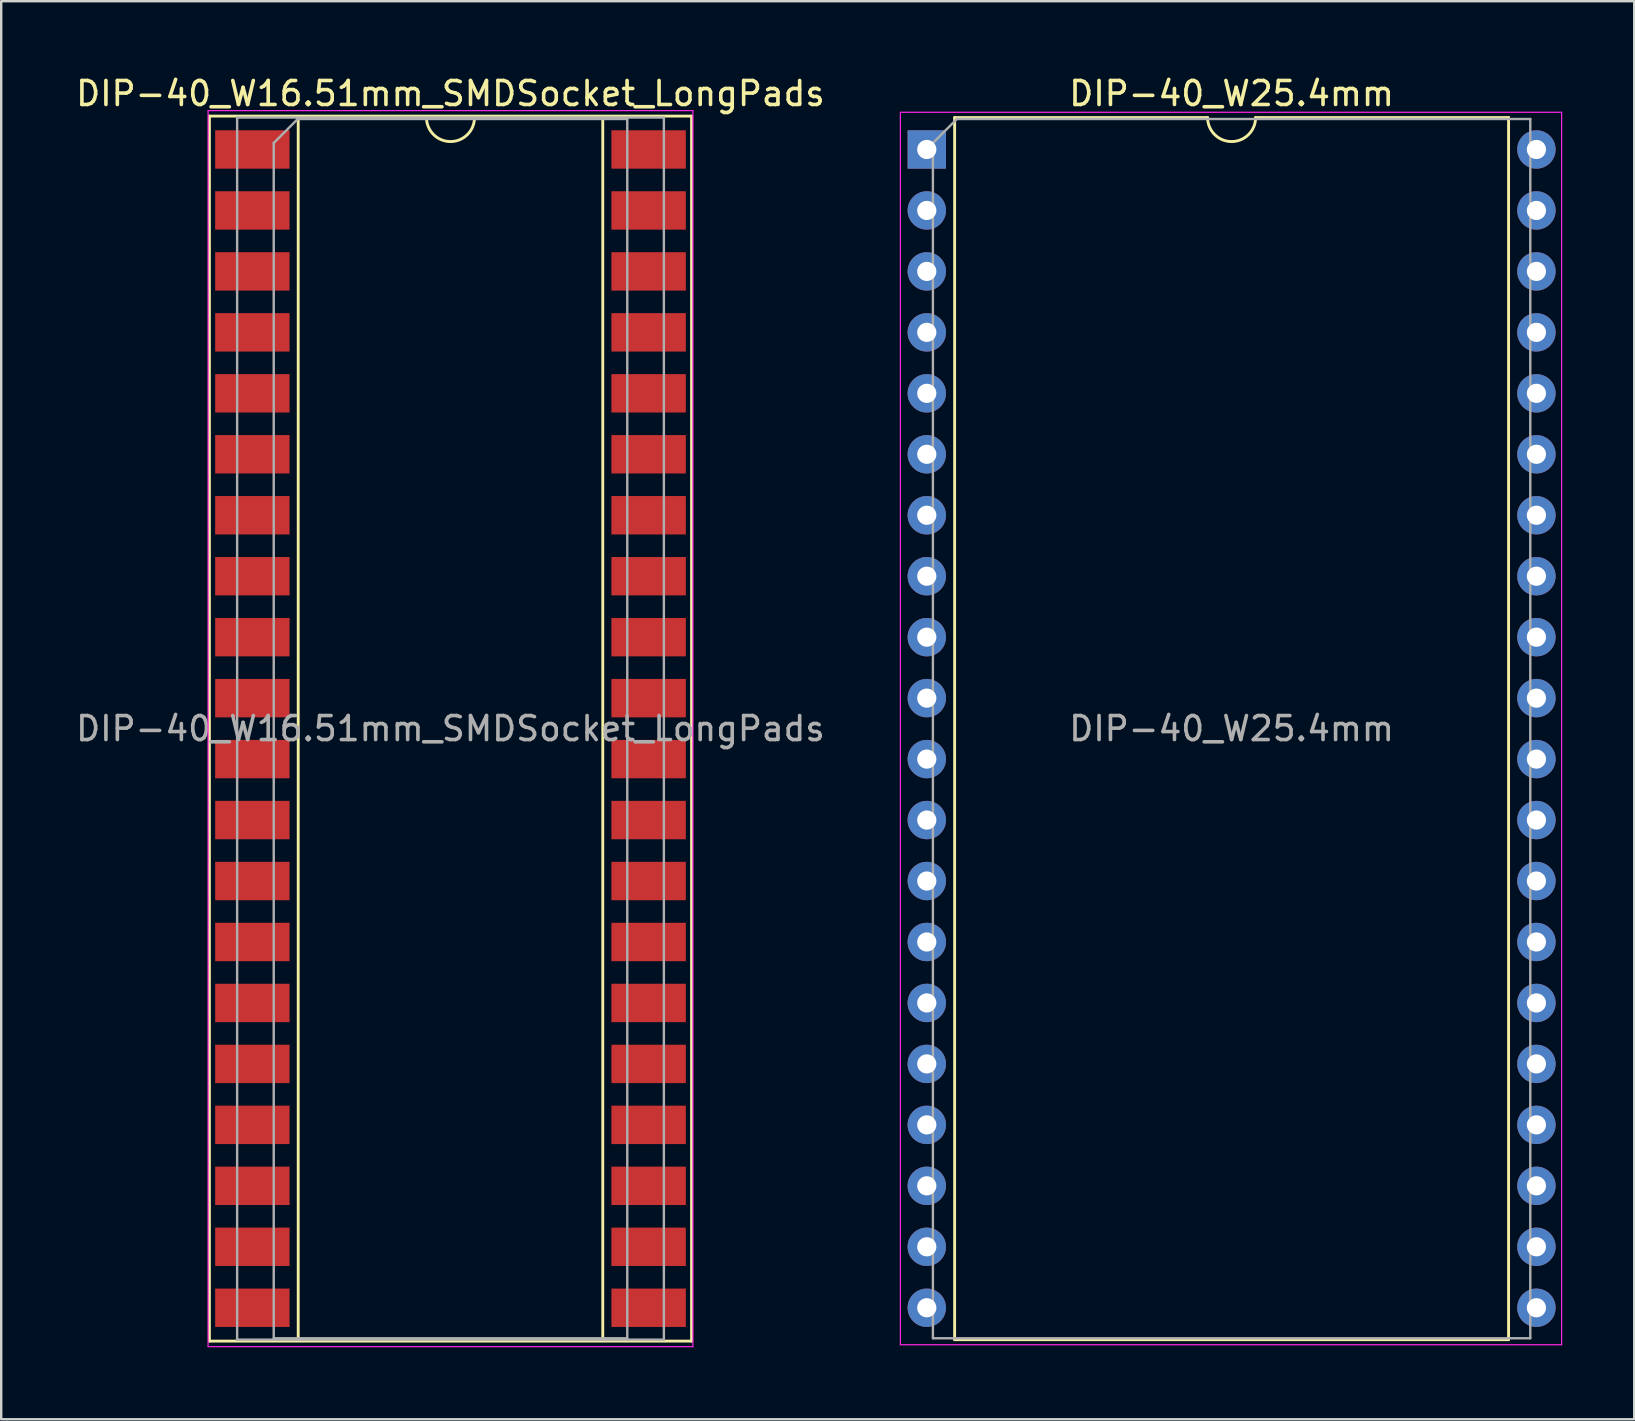
<source format=kicad_pcb>
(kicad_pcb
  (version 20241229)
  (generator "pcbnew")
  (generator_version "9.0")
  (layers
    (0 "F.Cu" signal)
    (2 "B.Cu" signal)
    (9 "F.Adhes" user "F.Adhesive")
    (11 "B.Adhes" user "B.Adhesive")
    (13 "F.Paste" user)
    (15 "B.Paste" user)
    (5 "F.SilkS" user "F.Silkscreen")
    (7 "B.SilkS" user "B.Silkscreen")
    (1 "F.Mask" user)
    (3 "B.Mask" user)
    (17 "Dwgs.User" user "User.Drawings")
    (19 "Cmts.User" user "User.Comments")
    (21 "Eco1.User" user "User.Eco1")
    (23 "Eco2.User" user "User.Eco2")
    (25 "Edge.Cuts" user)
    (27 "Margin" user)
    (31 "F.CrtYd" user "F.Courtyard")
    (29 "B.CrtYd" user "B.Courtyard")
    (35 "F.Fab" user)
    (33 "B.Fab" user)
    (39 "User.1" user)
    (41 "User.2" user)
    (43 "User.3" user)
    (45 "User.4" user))
  (footprint "DIP-40_W16.51mm_SMDSocket_LongPads"
    (layer "F.Cu")
    (at 15.72 27.308)
    (property "Reference" "DIP-40_W16.51mm_SMDSocket_LongPads" (at 0 -26.46 0) (layer "F.SilkS") (effects (font (size 1 1) (thickness 0.15))))
    (attr smd)
    (fp_line (start -10.045 -25.52) (end -10.045 25.52) (stroke (width 0.12) (type solid)) (layer "F.SilkS"))
    (fp_line (start -10.045 25.52) (end 10.045 25.52) (stroke (width 0.12) (type solid)) (layer "F.SilkS"))
    (fp_line (start -6.345 -25.46) (end -6.345 25.46) (stroke (width 0.12) (type solid)) (layer "F.SilkS"))
    (fp_line (start -6.345 25.46) (end 6.345 25.46) (stroke (width 0.12) (type solid)) (layer "F.SilkS"))
    (fp_line (start -1 -25.46) (end -6.345 -25.46) (stroke (width 0.12) (type solid)) (layer "F.SilkS"))
    (fp_line (start 6.345 -25.46) (end 1 -25.46) (stroke (width 0.12) (type solid)) (layer "F.SilkS"))
    (fp_line (start 6.345 25.46) (end 6.345 -25.46) (stroke (width 0.12) (type solid)) (layer "F.SilkS"))
    (fp_line (start 10.045 -25.52) (end -10.045 -25.52) (stroke (width 0.12) (type solid)) (layer "F.SilkS"))
    (fp_line (start 10.045 25.52) (end 10.045 -25.52) (stroke (width 0.12) (type solid)) (layer "F.SilkS"))
    (fp_arc (start 1 -25.46) (mid 0 -24.46) (end -1 -25.46) (stroke (width 0.12) (type solid)) (layer "F.SilkS"))
    (fp_line (start -10.1 -25.75) (end -10.1 25.75) (stroke (width 0.05) (type solid)) (layer "F.CrtYd"))
    (fp_line (start -10.1 25.75) (end 10.1 25.75) (stroke (width 0.05) (type solid)) (layer "F.CrtYd"))
    (fp_line (start 10.1 -25.75) (end -10.1 -25.75) (stroke (width 0.05) (type solid)) (layer "F.CrtYd"))
    (fp_line (start 10.1 25.75) (end 10.1 -25.75) (stroke (width 0.05) (type solid)) (layer "F.CrtYd"))
    (fp_line (start -8.89 -25.46) (end -8.89 25.46) (stroke (width 0.1) (type solid)) (layer "F.Fab"))
    (fp_line (start -8.89 25.46) (end 8.89 25.46) (stroke (width 0.1) (type solid)) (layer "F.Fab"))
    (fp_line (start -7.365 -24.4) (end -6.365 -25.4) (stroke (width 0.1) (type solid)) (layer "F.Fab"))
    (fp_line (start -7.365 25.4) (end -7.365 -24.4) (stroke (width 0.1) (type solid)) (layer "F.Fab"))
    (fp_line (start -6.365 -25.4) (end 7.365 -25.4) (stroke (width 0.1) (type solid)) (layer "F.Fab"))
    (fp_line (start 7.365 -25.4) (end 7.365 25.4) (stroke (width 0.1) (type solid)) (layer "F.Fab"))
    (fp_line (start 7.365 25.4) (end -7.365 25.4) (stroke (width 0.1) (type solid)) (layer "F.Fab"))
    (fp_line (start 8.89 -25.46) (end -8.89 -25.46) (stroke (width 0.1) (type solid)) (layer "F.Fab"))
    (fp_line (start 8.89 25.46) (end 8.89 -25.46) (stroke (width 0.1) (type solid)) (layer "F.Fab"))
    (fp_text user "${REFERENCE}" (at 0 0 0) (layer "F.Fab") (effects (font (size 1 1) (thickness 0.15))))
    (pad "1" smd rect (at -8.255 -24.13) (size 3.1 1.6) (layers "F.Cu" "F.Mask" "F.Paste"))
    (pad "2" smd rect (at -8.255 -21.59) (size 3.1 1.6) (layers "F.Cu" "F.Mask" "F.Paste"))
    (pad "3" smd rect (at -8.255 -19.05) (size 3.1 1.6) (layers "F.Cu" "F.Mask" "F.Paste"))
    (pad "4" smd rect (at -8.255 -16.51) (size 3.1 1.6) (layers "F.Cu" "F.Mask" "F.Paste"))
    (pad "5" smd rect (at -8.255 -13.97) (size 3.1 1.6) (layers "F.Cu" "F.Mask" "F.Paste"))
    (pad "6" smd rect (at -8.255 -11.43) (size 3.1 1.6) (layers "F.Cu" "F.Mask" "F.Paste"))
    (pad "7" smd rect (at -8.255 -8.89) (size 3.1 1.6) (layers "F.Cu" "F.Mask" "F.Paste"))
    (pad "8" smd rect (at -8.255 -6.35) (size 3.1 1.6) (layers "F.Cu" "F.Mask" "F.Paste"))
    (pad "9" smd rect (at -8.255 -3.81) (size 3.1 1.6) (layers "F.Cu" "F.Mask" "F.Paste"))
    (pad "10" smd rect (at -8.255 -1.27) (size 3.1 1.6) (layers "F.Cu" "F.Mask" "F.Paste"))
    (pad "11" smd rect (at -8.255 1.27) (size 3.1 1.6) (layers "F.Cu" "F.Mask" "F.Paste"))
    (pad "12" smd rect (at -8.255 3.81) (size 3.1 1.6) (layers "F.Cu" "F.Mask" "F.Paste"))
    (pad "13" smd rect (at -8.255 6.35) (size 3.1 1.6) (layers "F.Cu" "F.Mask" "F.Paste"))
    (pad "14" smd rect (at -8.255 8.89) (size 3.1 1.6) (layers "F.Cu" "F.Mask" "F.Paste"))
    (pad "15" smd rect (at -8.255 11.43) (size 3.1 1.6) (layers "F.Cu" "F.Mask" "F.Paste"))
    (pad "16" smd rect (at -8.255 13.97) (size 3.1 1.6) (layers "F.Cu" "F.Mask" "F.Paste"))
    (pad "17" smd rect (at -8.255 16.51) (size 3.1 1.6) (layers "F.Cu" "F.Mask" "F.Paste"))
    (pad "18" smd rect (at -8.255 19.05) (size 3.1 1.6) (layers "F.Cu" "F.Mask" "F.Paste"))
    (pad "19" smd rect (at -8.255 21.59) (size 3.1 1.6) (layers "F.Cu" "F.Mask" "F.Paste"))
    (pad "20" smd rect (at -8.255 24.13) (size 3.1 1.6) (layers "F.Cu" "F.Mask" "F.Paste"))
    (pad "21" smd rect (at 8.255 24.13) (size 3.1 1.6) (layers "F.Cu" "F.Mask" "F.Paste"))
    (pad "22" smd rect (at 8.255 21.59) (size 3.1 1.6) (layers "F.Cu" "F.Mask" "F.Paste"))
    (pad "23" smd rect (at 8.255 19.05) (size 3.1 1.6) (layers "F.Cu" "F.Mask" "F.Paste"))
    (pad "24" smd rect (at 8.255 16.51) (size 3.1 1.6) (layers "F.Cu" "F.Mask" "F.Paste"))
    (pad "25" smd rect (at 8.255 13.97) (size 3.1 1.6) (layers "F.Cu" "F.Mask" "F.Paste"))
    (pad "26" smd rect (at 8.255 11.43) (size 3.1 1.6) (layers "F.Cu" "F.Mask" "F.Paste"))
    (pad "27" smd rect (at 8.255 8.89) (size 3.1 1.6) (layers "F.Cu" "F.Mask" "F.Paste"))
    (pad "28" smd rect (at 8.255 6.35) (size 3.1 1.6) (layers "F.Cu" "F.Mask" "F.Paste"))
    (pad "29" smd rect (at 8.255 3.81) (size 3.1 1.6) (layers "F.Cu" "F.Mask" "F.Paste"))
    (pad "30" smd rect (at 8.255 1.27) (size 3.1 1.6) (layers "F.Cu" "F.Mask" "F.Paste"))
    (pad "31" smd rect (at 8.255 -1.27) (size 3.1 1.6) (layers "F.Cu" "F.Mask" "F.Paste"))
    (pad "32" smd rect (at 8.255 -3.81) (size 3.1 1.6) (layers "F.Cu" "F.Mask" "F.Paste"))
    (pad "33" smd rect (at 8.255 -6.35) (size 3.1 1.6) (layers "F.Cu" "F.Mask" "F.Paste"))
    (pad "34" smd rect (at 8.255 -8.89) (size 3.1 1.6) (layers "F.Cu" "F.Mask" "F.Paste"))
    (pad "35" smd rect (at 8.255 -11.43) (size 3.1 1.6) (layers "F.Cu" "F.Mask" "F.Paste"))
    (pad "36" smd rect (at 8.255 -13.97) (size 3.1 1.6) (layers "F.Cu" "F.Mask" "F.Paste"))
    (pad "37" smd rect (at 8.255 -16.51) (size 3.1 1.6) (layers "F.Cu" "F.Mask" "F.Paste"))
    (pad "38" smd rect (at 8.255 -19.05) (size 3.1 1.6) (layers "F.Cu" "F.Mask" "F.Paste"))
    (pad "39" smd rect (at 8.255 -21.59) (size 3.1 1.6) (layers "F.Cu" "F.Mask" "F.Paste"))
    (pad "40" smd rect (at 8.255 -24.13) (size 3.1 1.6) (layers "F.Cu" "F.Mask" "F.Paste")))
  (footprint "DIP-40_W25.4mm"
    (layer "F.Cu")
    (at 35.565 3.178)
    (property "Reference" "DIP-40_W25.4mm" (at 12.7 -2.33 0) (layer "F.SilkS") (effects (font (size 1 1) (thickness 0.15))))
    (attr through_hole)
    (fp_line (start 1.16 -1.33) (end 1.16 49.59) (stroke (width 0.12) (type solid)) (layer "F.SilkS"))
    (fp_line (start 1.16 49.59) (end 24.24 49.59) (stroke (width 0.12) (type solid)) (layer "F.SilkS"))
    (fp_line (start 11.7 -1.33) (end 1.16 -1.33) (stroke (width 0.12) (type solid)) (layer "F.SilkS"))
    (fp_line (start 24.24 -1.33) (end 13.7 -1.33) (stroke (width 0.12) (type solid)) (layer "F.SilkS"))
    (fp_line (start 24.24 49.59) (end 24.24 -1.33) (stroke (width 0.12) (type solid)) (layer "F.SilkS"))
    (fp_arc (start 13.7 -1.33) (mid 12.7 -0.33) (end 11.7 -1.33) (stroke (width 0.12) (type solid)) (layer "F.SilkS"))
    (fp_line (start -1.1 -1.55) (end -1.1 49.8) (stroke (width 0.05) (type solid)) (layer "F.CrtYd"))
    (fp_line (start -1.1 49.8) (end 26.45 49.8) (stroke (width 0.05) (type solid)) (layer "F.CrtYd"))
    (fp_line (start 26.45 -1.55) (end -1.1 -1.55) (stroke (width 0.05) (type solid)) (layer "F.CrtYd"))
    (fp_line (start 26.45 49.8) (end 26.45 -1.55) (stroke (width 0.05) (type solid)) (layer "F.CrtYd"))
    (fp_line (start 0.255 -0.27) (end 1.255 -1.27) (stroke (width 0.1) (type solid)) (layer "F.Fab"))
    (fp_line (start 0.255 49.53) (end 0.255 -0.27) (stroke (width 0.1) (type solid)) (layer "F.Fab"))
    (fp_line (start 1.255 -1.27) (end 25.145 -1.27) (stroke (width 0.1) (type solid)) (layer "F.Fab"))
    (fp_line (start 25.145 -1.27) (end 25.145 49.53) (stroke (width 0.1) (type solid)) (layer "F.Fab"))
    (fp_line (start 25.145 49.53) (end 0.255 49.53) (stroke (width 0.1) (type solid)) (layer "F.Fab"))
    (fp_text user "${REFERENCE}" (at 12.7 24.13 0) (layer "F.Fab") (effects (font (size 1 1) (thickness 0.15))))
    (pad "1" thru_hole rect (at 0 0) (size 1.6 1.6) (drill 0.8) (layers "*.Cu" "*.Mask"))
    (pad "2" thru_hole oval (at 0 2.54) (size 1.6 1.6) (drill 0.8) (layers "*.Cu" "*.Mask"))
    (pad "3" thru_hole oval (at 0 5.08) (size 1.6 1.6) (drill 0.8) (layers "*.Cu" "*.Mask"))
    (pad "4" thru_hole oval (at 0 7.62) (size 1.6 1.6) (drill 0.8) (layers "*.Cu" "*.Mask"))
    (pad "5" thru_hole oval (at 0 10.16) (size 1.6 1.6) (drill 0.8) (layers "*.Cu" "*.Mask"))
    (pad "6" thru_hole oval (at 0 12.7) (size 1.6 1.6) (drill 0.8) (layers "*.Cu" "*.Mask"))
    (pad "7" thru_hole oval (at 0 15.24) (size 1.6 1.6) (drill 0.8) (layers "*.Cu" "*.Mask"))
    (pad "8" thru_hole oval (at 0 17.78) (size 1.6 1.6) (drill 0.8) (layers "*.Cu" "*.Mask"))
    (pad "9" thru_hole oval (at 0 20.32) (size 1.6 1.6) (drill 0.8) (layers "*.Cu" "*.Mask"))
    (pad "10" thru_hole oval (at 0 22.86) (size 1.6 1.6) (drill 0.8) (layers "*.Cu" "*.Mask"))
    (pad "11" thru_hole oval (at 0 25.4) (size 1.6 1.6) (drill 0.8) (layers "*.Cu" "*.Mask"))
    (pad "12" thru_hole oval (at 0 27.94) (size 1.6 1.6) (drill 0.8) (layers "*.Cu" "*.Mask"))
    (pad "13" thru_hole oval (at 0 30.48) (size 1.6 1.6) (drill 0.8) (layers "*.Cu" "*.Mask"))
    (pad "14" thru_hole oval (at 0 33.02) (size 1.6 1.6) (drill 0.8) (layers "*.Cu" "*.Mask"))
    (pad "15" thru_hole oval (at 0 35.56) (size 1.6 1.6) (drill 0.8) (layers "*.Cu" "*.Mask"))
    (pad "16" thru_hole oval (at 0 38.1) (size 1.6 1.6) (drill 0.8) (layers "*.Cu" "*.Mask"))
    (pad "17" thru_hole oval (at 0 40.64) (size 1.6 1.6) (drill 0.8) (layers "*.Cu" "*.Mask"))
    (pad "18" thru_hole oval (at 0 43.18) (size 1.6 1.6) (drill 0.8) (layers "*.Cu" "*.Mask"))
    (pad "19" thru_hole oval (at 0 45.72) (size 1.6 1.6) (drill 0.8) (layers "*.Cu" "*.Mask"))
    (pad "20" thru_hole oval (at 0 48.26) (size 1.6 1.6) (drill 0.8) (layers "*.Cu" "*.Mask"))
    (pad "21" thru_hole oval (at 25.4 48.26) (size 1.6 1.6) (drill 0.8) (layers "*.Cu" "*.Mask"))
    (pad "22" thru_hole oval (at 25.4 45.72) (size 1.6 1.6) (drill 0.8) (layers "*.Cu" "*.Mask"))
    (pad "23" thru_hole oval (at 25.4 43.18) (size 1.6 1.6) (drill 0.8) (layers "*.Cu" "*.Mask"))
    (pad "24" thru_hole oval (at 25.4 40.64) (size 1.6 1.6) (drill 0.8) (layers "*.Cu" "*.Mask"))
    (pad "25" thru_hole oval (at 25.4 38.1) (size 1.6 1.6) (drill 0.8) (layers "*.Cu" "*.Mask"))
    (pad "26" thru_hole oval (at 25.4 35.56) (size 1.6 1.6) (drill 0.8) (layers "*.Cu" "*.Mask"))
    (pad "27" thru_hole oval (at 25.4 33.02) (size 1.6 1.6) (drill 0.8) (layers "*.Cu" "*.Mask"))
    (pad "28" thru_hole oval (at 25.4 30.48) (size 1.6 1.6) (drill 0.8) (layers "*.Cu" "*.Mask"))
    (pad "29" thru_hole oval (at 25.4 27.94) (size 1.6 1.6) (drill 0.8) (layers "*.Cu" "*.Mask"))
    (pad "30" thru_hole oval (at 25.4 25.4) (size 1.6 1.6) (drill 0.8) (layers "*.Cu" "*.Mask"))
    (pad "31" thru_hole oval (at 25.4 22.86) (size 1.6 1.6) (drill 0.8) (layers "*.Cu" "*.Mask"))
    (pad "32" thru_hole oval (at 25.4 20.32) (size 1.6 1.6) (drill 0.8) (layers "*.Cu" "*.Mask"))
    (pad "33" thru_hole oval (at 25.4 17.78) (size 1.6 1.6) (drill 0.8) (layers "*.Cu" "*.Mask"))
    (pad "34" thru_hole oval (at 25.4 15.24) (size 1.6 1.6) (drill 0.8) (layers "*.Cu" "*.Mask"))
    (pad "35" thru_hole oval (at 25.4 12.7) (size 1.6 1.6) (drill 0.8) (layers "*.Cu" "*.Mask"))
    (pad "36" thru_hole oval (at 25.4 10.16) (size 1.6 1.6) (drill 0.8) (layers "*.Cu" "*.Mask"))
    (pad "37" thru_hole oval (at 25.4 7.62) (size 1.6 1.6) (drill 0.8) (layers "*.Cu" "*.Mask"))
    (pad "38" thru_hole oval (at 25.4 5.08) (size 1.6 1.6) (drill 0.8) (layers "*.Cu" "*.Mask"))
    (pad "39" thru_hole oval (at 25.4 2.54) (size 1.6 1.6) (drill 0.8) (layers "*.Cu" "*.Mask"))
    (pad "40" thru_hole oval (at 25.4 0) (size 1.6 1.6) (drill 0.8) (layers "*.Cu" "*.Mask")))
  (gr_rect
    (start -3 -3)
    (end 65.04 56.083)
    (stroke (width 0.1) (type default))
    (fill no)
    (layer "Edge.Cuts")))
</source>
